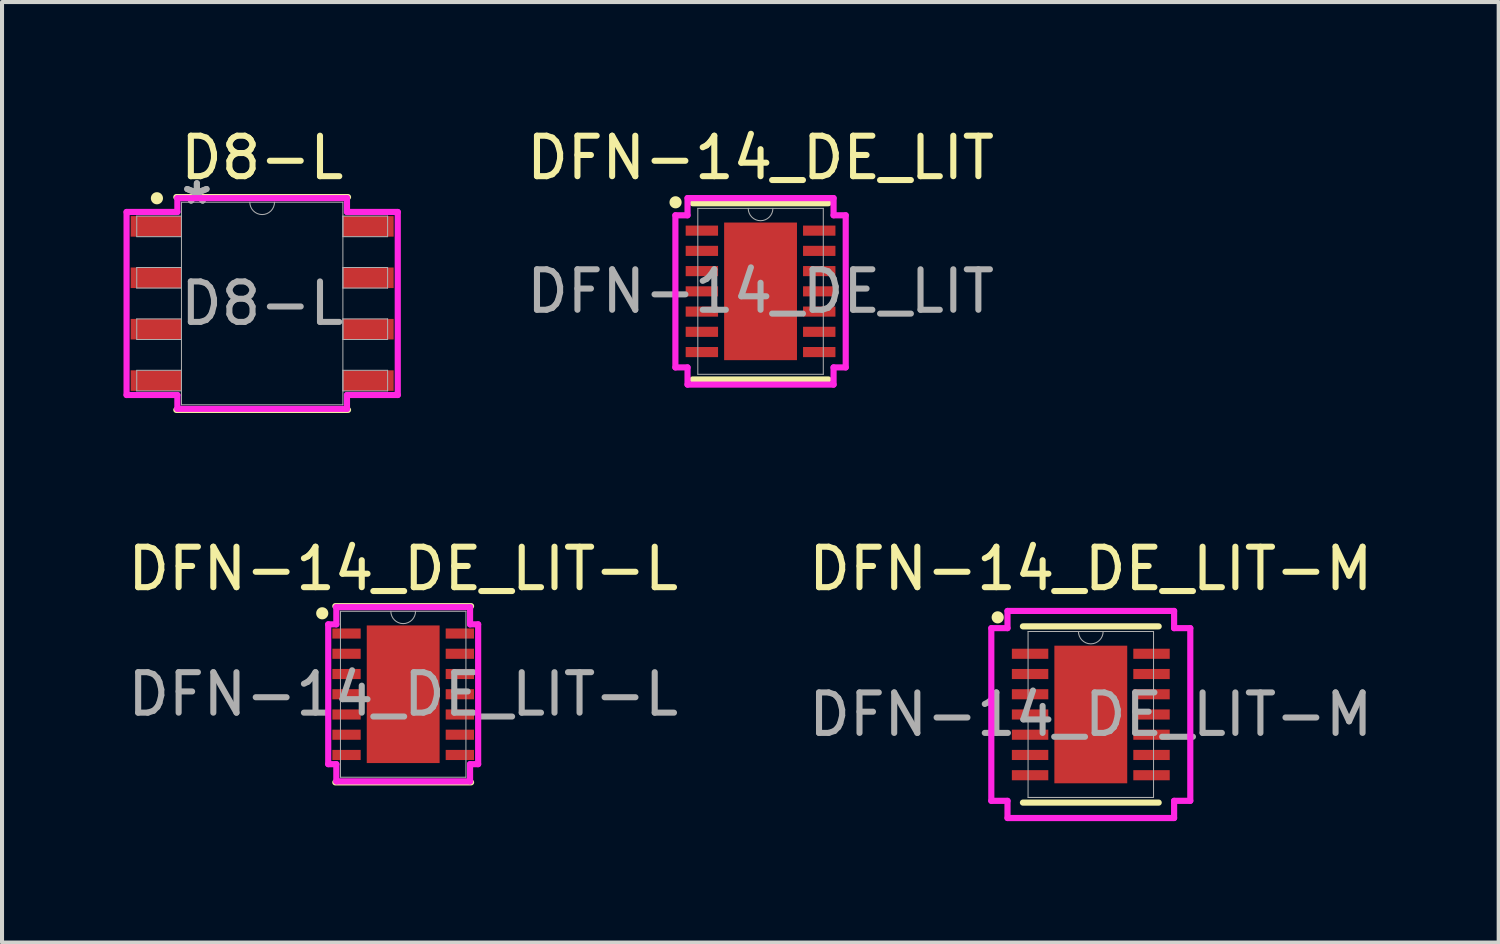
<source format=kicad_pcb>
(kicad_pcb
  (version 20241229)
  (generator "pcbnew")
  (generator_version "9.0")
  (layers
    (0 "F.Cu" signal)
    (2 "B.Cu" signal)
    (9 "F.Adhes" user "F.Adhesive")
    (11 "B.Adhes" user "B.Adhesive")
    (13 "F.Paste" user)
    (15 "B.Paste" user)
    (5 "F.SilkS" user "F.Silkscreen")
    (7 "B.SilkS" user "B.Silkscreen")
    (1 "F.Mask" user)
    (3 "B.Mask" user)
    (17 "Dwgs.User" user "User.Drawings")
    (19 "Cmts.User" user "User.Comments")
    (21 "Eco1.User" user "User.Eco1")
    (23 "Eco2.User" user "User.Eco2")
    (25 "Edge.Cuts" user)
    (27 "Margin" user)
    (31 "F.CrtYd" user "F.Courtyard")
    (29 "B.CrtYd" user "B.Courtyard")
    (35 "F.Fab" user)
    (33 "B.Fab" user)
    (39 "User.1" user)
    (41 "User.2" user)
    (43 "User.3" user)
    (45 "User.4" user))
  (footprint "D8-L"
    (layer "F.Cu")
    (at 3.427 4.448)
    (property "Reference" "D8-L" (at 0 -3.6 0) (unlocked yes) (layer "F.SilkS") (effects (font (size 1 1) (thickness 0.15))))
    (attr smd)
    (fp_line (start -2.121 2.629) (end 2.121 2.629) (stroke (width 0.152) (type solid)) (layer "F.SilkS"))
    (fp_line (start 2.121 -2.629) (end -2.121 -2.629) (stroke (width 0.152) (type solid)) (layer "F.SilkS"))
    (fp_circle (center -2.6 -2.6) (end -2.5 -2.6) (stroke (width 0.1) (type solid)) (fill yes) (layer "F.SilkS"))
    (fp_line (start -3.35 -2.261) (end -2.095 -2.261) (stroke (width 0.152) (type solid)) (layer "F.CrtYd"))
    (fp_line (start -3.35 2.261) (end -3.35 -2.261) (stroke (width 0.152) (type solid)) (layer "F.CrtYd"))
    (fp_line (start -3.35 2.261) (end -2.095 2.261) (stroke (width 0.152) (type solid)) (layer "F.CrtYd"))
    (fp_line (start -2.095 -2.603) (end 2.095 -2.603) (stroke (width 0.152) (type solid)) (layer "F.CrtYd"))
    (fp_line (start -2.095 -2.261) (end -2.095 -2.603) (stroke (width 0.152) (type solid)) (layer "F.CrtYd"))
    (fp_line (start -2.095 2.603) (end -2.095 2.261) (stroke (width 0.152) (type solid)) (layer "F.CrtYd"))
    (fp_line (start 2.095 -2.603) (end 2.095 -2.261) (stroke (width 0.152) (type solid)) (layer "F.CrtYd"))
    (fp_line (start 2.095 2.261) (end 2.095 2.603) (stroke (width 0.152) (type solid)) (layer "F.CrtYd"))
    (fp_line (start 2.095 2.603) (end -2.095 2.603) (stroke (width 0.152) (type solid)) (layer "F.CrtYd"))
    (fp_line (start 3.35 -2.261) (end 2.095 -2.261) (stroke (width 0.152) (type solid)) (layer "F.CrtYd"))
    (fp_line (start 3.35 -2.261) (end 3.35 2.261) (stroke (width 0.152) (type solid)) (layer "F.CrtYd"))
    (fp_line (start 3.35 2.261) (end 2.095 2.261) (stroke (width 0.152) (type solid)) (layer "F.CrtYd"))
    (fp_line (start -3.099 -2.159) (end -3.099 -1.651) (stroke (width 0.025) (type solid)) (layer "F.Fab"))
    (fp_line (start -3.099 -1.651) (end -1.994 -1.651) (stroke (width 0.025) (type solid)) (layer "F.Fab"))
    (fp_line (start -3.099 -0.889) (end -3.099 -0.381) (stroke (width 0.025) (type solid)) (layer "F.Fab"))
    (fp_line (start -3.099 -0.381) (end -1.994 -0.381) (stroke (width 0.025) (type solid)) (layer "F.Fab"))
    (fp_line (start -3.099 0.381) (end -3.099 0.889) (stroke (width 0.025) (type solid)) (layer "F.Fab"))
    (fp_line (start -3.099 0.889) (end -1.994 0.889) (stroke (width 0.025) (type solid)) (layer "F.Fab"))
    (fp_line (start -3.099 1.651) (end -3.099 2.159) (stroke (width 0.025) (type solid)) (layer "F.Fab"))
    (fp_line (start -3.099 2.159) (end -1.994 2.159) (stroke (width 0.025) (type solid)) (layer "F.Fab"))
    (fp_line (start -1.994 -2.502) (end -1.994 2.502) (stroke (width 0.025) (type solid)) (layer "F.Fab"))
    (fp_line (start -1.994 -2.159) (end -3.099 -2.159) (stroke (width 0.025) (type solid)) (layer "F.Fab"))
    (fp_line (start -1.994 -1.651) (end -1.994 -2.159) (stroke (width 0.025) (type solid)) (layer "F.Fab"))
    (fp_line (start -1.994 -0.889) (end -3.099 -0.889) (stroke (width 0.025) (type solid)) (layer "F.Fab"))
    (fp_line (start -1.994 -0.381) (end -1.994 -0.889) (stroke (width 0.025) (type solid)) (layer "F.Fab"))
    (fp_line (start -1.994 0.381) (end -3.099 0.381) (stroke (width 0.025) (type solid)) (layer "F.Fab"))
    (fp_line (start -1.994 0.889) (end -1.994 0.381) (stroke (width 0.025) (type solid)) (layer "F.Fab"))
    (fp_line (start -1.994 1.651) (end -3.099 1.651) (stroke (width 0.025) (type solid)) (layer "F.Fab"))
    (fp_line (start -1.994 2.159) (end -1.994 1.651) (stroke (width 0.025) (type solid)) (layer "F.Fab"))
    (fp_line (start -1.994 2.502) (end 1.994 2.502) (stroke (width 0.025) (type solid)) (layer "F.Fab"))
    (fp_line (start 1.994 -2.502) (end -1.994 -2.502) (stroke (width 0.025) (type solid)) (layer "F.Fab"))
    (fp_line (start 1.994 -2.159) (end 1.994 -1.651) (stroke (width 0.025) (type solid)) (layer "F.Fab"))
    (fp_line (start 1.994 -1.651) (end 3.099 -1.651) (stroke (width 0.025) (type solid)) (layer "F.Fab"))
    (fp_line (start 1.994 -0.889) (end 1.994 -0.381) (stroke (width 0.025) (type solid)) (layer "F.Fab"))
    (fp_line (start 1.994 -0.381) (end 3.099 -0.381) (stroke (width 0.025) (type solid)) (layer "F.Fab"))
    (fp_line (start 1.994 0.381) (end 1.994 0.889) (stroke (width 0.025) (type solid)) (layer "F.Fab"))
    (fp_line (start 1.994 0.889) (end 3.099 0.889) (stroke (width 0.025) (type solid)) (layer "F.Fab"))
    (fp_line (start 1.994 1.651) (end 1.994 2.159) (stroke (width 0.025) (type solid)) (layer "F.Fab"))
    (fp_line (start 1.994 2.159) (end 3.099 2.159) (stroke (width 0.025) (type solid)) (layer "F.Fab"))
    (fp_line (start 1.994 2.502) (end 1.994 -2.502) (stroke (width 0.025) (type solid)) (layer "F.Fab"))
    (fp_line (start 3.099 -2.159) (end 1.994 -2.159) (stroke (width 0.025) (type solid)) (layer "F.Fab"))
    (fp_line (start 3.099 -1.651) (end 3.099 -2.159) (stroke (width 0.025) (type solid)) (layer "F.Fab"))
    (fp_line (start 3.099 -0.889) (end 1.994 -0.889) (stroke (width 0.025) (type solid)) (layer "F.Fab"))
    (fp_line (start 3.099 -0.381) (end 3.099 -0.889) (stroke (width 0.025) (type solid)) (layer "F.Fab"))
    (fp_line (start 3.099 0.381) (end 1.994 0.381) (stroke (width 0.025) (type solid)) (layer "F.Fab"))
    (fp_line (start 3.099 0.889) (end 3.099 0.381) (stroke (width 0.025) (type solid)) (layer "F.Fab"))
    (fp_line (start 3.099 1.651) (end 1.994 1.651) (stroke (width 0.025) (type solid)) (layer "F.Fab"))
    (fp_line (start 3.099 2.159) (end 3.099 1.651) (stroke (width 0.025) (type solid)) (layer "F.Fab"))
    (fp_arc (start 0.3048 -2.5019) (mid 0 -2.1971) (end -0.3048 -2.5019) (stroke (width 0.0254) (type solid)) (layer "F.Fab"))
    (fp_text user "*" (at -1.613 -2.426 0) (layer "F.Fab") (effects (font (size 1 1) (thickness 0.15))))
    (fp_text user "*" (at -1.613 -2.426 0) (unlocked yes) (layer "F.Fab") (effects (font (size 1 1) (thickness 0.15))))
    (fp_text user "${REFERENCE}" (at 0 0 0) (unlocked yes) (layer "F.Fab") (effects (font (size 1 1) (thickness 0.15))))
    (pad "1" smd rect (at -2.621 -1.905) (size 1.255 0.508) (layers "F.Cu" "F.Mask" "F.Paste"))
    (pad "2" smd rect (at -2.621 -0.635) (size 1.255 0.508) (layers "F.Cu" "F.Mask" "F.Paste"))
    (pad "3" smd rect (at -2.621 0.635) (size 1.255 0.508) (layers "F.Cu" "F.Mask" "F.Paste"))
    (pad "4" smd rect (at -2.621 1.905) (size 1.255 0.508) (layers "F.Cu" "F.Mask" "F.Paste"))
    (pad "5" smd rect (at 2.621 1.905) (size 1.255 0.508) (layers "F.Cu" "F.Mask" "F.Paste"))
    (pad "6" smd rect (at 2.621 0.635) (size 1.255 0.508) (layers "F.Cu" "F.Mask" "F.Paste"))
    (pad "7" smd rect (at 2.621 -0.635) (size 1.255 0.508) (layers "F.Cu" "F.Mask" "F.Paste"))
    (pad "8" smd rect (at 2.621 -1.905) (size 1.255 0.508) (layers "F.Cu" "F.Mask" "F.Paste")))
  (footprint "DFN-14_DE_LIT-M"
    (layer "F.Cu")
    (at 23.899 14.602)
    (property "Reference" "DFN-14_DE_LIT-M" (at 0 -3.6 0) (unlocked yes) (layer "F.SilkS") (effects (font (size 1 1) (thickness 0.15))))
    (attr smd)
    (fp_line (start -1.677 2.177) (end 1.677 2.177) (stroke (width 0.152) (type solid)) (layer "F.SilkS"))
    (fp_line (start 1.677 -2.177) (end -1.677 -2.177) (stroke (width 0.152) (type solid)) (layer "F.SilkS"))
    (fp_circle (center -2.3 -2.4) (end -2.2 -2.4) (stroke (width 0.1) (type solid)) (fill yes) (layer "F.SilkS"))
    (fp_poly (pts (xy -0.8 -1.6) (xy -0.8 -0.1) (xy 0.8 -0.1) (xy 0.8 -1.6)) (stroke (width 0) (type solid)) (fill yes) (layer "F.Paste"))
    (fp_poly (pts (xy -0.8 0.1) (xy -0.8 1.6) (xy 0.8 1.6) (xy 0.8 0.1)) (stroke (width 0) (type solid)) (fill yes) (layer "F.Paste"))
    (fp_line (start -2.458 -2.133) (end -2.058 -2.133) (stroke (width 0.152) (type solid)) (layer "F.CrtYd"))
    (fp_line (start -2.458 2.133) (end -2.458 -2.133) (stroke (width 0.152) (type solid)) (layer "F.CrtYd"))
    (fp_line (start -2.458 2.133) (end -2.058 2.133) (stroke (width 0.152) (type solid)) (layer "F.CrtYd"))
    (fp_line (start -2.058 -2.558) (end 2.058 -2.558) (stroke (width 0.152) (type solid)) (layer "F.CrtYd"))
    (fp_line (start -2.058 -2.133) (end -2.058 -2.558) (stroke (width 0.152) (type solid)) (layer "F.CrtYd"))
    (fp_line (start -2.058 2.558) (end -2.058 2.133) (stroke (width 0.152) (type solid)) (layer "F.CrtYd"))
    (fp_line (start 2.058 -2.558) (end 2.058 -2.133) (stroke (width 0.152) (type solid)) (layer "F.CrtYd"))
    (fp_line (start 2.058 2.133) (end 2.058 2.558) (stroke (width 0.152) (type solid)) (layer "F.CrtYd"))
    (fp_line (start 2.058 2.558) (end -2.058 2.558) (stroke (width 0.152) (type solid)) (layer "F.CrtYd"))
    (fp_line (start 2.458 -2.133) (end 2.058 -2.133) (stroke (width 0.152) (type solid)) (layer "F.CrtYd"))
    (fp_line (start 2.458 -2.133) (end 2.458 2.133) (stroke (width 0.152) (type solid)) (layer "F.CrtYd"))
    (fp_line (start 2.458 2.133) (end 2.058 2.133) (stroke (width 0.152) (type solid)) (layer "F.CrtYd"))
    (fp_line (start -1.55 -2.05) (end -1.55 2.05) (stroke (width 0.025) (type solid)) (layer "F.Fab"))
    (fp_line (start -1.55 2.05) (end 1.55 2.05) (stroke (width 0.025) (type solid)) (layer "F.Fab"))
    (fp_line (start 1.55 -2.05) (end -1.55 -2.05) (stroke (width 0.025) (type solid)) (layer "F.Fab"))
    (fp_line (start 1.55 2.05) (end 1.55 -2.05) (stroke (width 0.025) (type solid)) (layer "F.Fab"))
    (fp_arc (start 0.3048 -2.05) (mid 0 -1.7452) (end -0.3048 -2.05) (stroke (width 0.0254) (type solid)) (layer "F.Fab"))
    (fp_text user "${REFERENCE}" (at 0 0 0) (unlocked yes) (layer "F.Fab") (effects (font (size 1 1) (thickness 0.15))))
    (pad "1" smd rect (at -1.5 -1.5) (size 0.9 0.25) (layers "F.Cu" "F.Mask" "F.Paste"))
    (pad "2" smd rect (at -1.5 -1) (size 0.9 0.25) (layers "F.Cu" "F.Mask" "F.Paste"))
    (pad "3" smd rect (at -1.5 -0.5) (size 0.9 0.25) (layers "F.Cu" "F.Mask" "F.Paste"))
    (pad "4" smd rect (at -1.5 0) (size 0.9 0.25) (layers "F.Cu" "F.Mask" "F.Paste"))
    (pad "5" smd rect (at -1.5 0.5) (size 0.9 0.25) (layers "F.Cu" "F.Mask" "F.Paste"))
    (pad "6" smd rect (at -1.5 1) (size 0.9 0.25) (layers "F.Cu" "F.Mask" "F.Paste"))
    (pad "7" smd rect (at -1.5 1.5) (size 0.9 0.25) (layers "F.Cu" "F.Mask" "F.Paste"))
    (pad "8" smd rect (at 1.5 1.5) (size 0.9 0.25) (layers "F.Cu" "F.Mask" "F.Paste"))
    (pad "9" smd rect (at 1.5 1) (size 0.9 0.25) (layers "F.Cu" "F.Mask" "F.Paste"))
    (pad "10" smd rect (at 1.5 0.5) (size 0.9 0.25) (layers "F.Cu" "F.Mask" "F.Paste"))
    (pad "11" smd rect (at 1.5 0) (size 0.9 0.25) (layers "F.Cu" "F.Mask" "F.Paste"))
    (pad "12" smd rect (at 1.5 -0.5) (size 0.9 0.25) (layers "F.Cu" "F.Mask" "F.Paste"))
    (pad "13" smd rect (at 1.5 -1) (size 0.9 0.25) (layers "F.Cu" "F.Mask" "F.Paste"))
    (pad "14" smd rect (at 1.5 -1.5) (size 0.9 0.25) (layers "F.Cu" "F.Mask" "F.Paste"))
    (pad "15" smd rect (at 0 0) (size 1.8 3.4) (layers "F.Cu" "F.Mask" "F.Paste")))
  (footprint "DFN-14_DE_LIT-L"
    (layer "F.Cu")
    (at 6.911 14.102)
    (property "Reference" "DFN-14_DE_LIT-L" (at 0 -3.1 0) (unlocked yes) (layer "F.SilkS") (effects (font (size 1 1) (thickness 0.15))))
    (attr smd)
    (fp_line (start -1.677 2.177) (end 1.677 2.177) (stroke (width 0.152) (type solid)) (layer "F.SilkS"))
    (fp_line (start 1.677 -2.177) (end -1.677 -2.177) (stroke (width 0.152) (type solid)) (layer "F.SilkS"))
    (fp_circle (center -2 -2) (end -1.9 -2) (stroke (width 0.1) (type solid)) (fill yes) (layer "F.SilkS"))
    (fp_poly (pts (xy -0.8 -1.6) (xy -0.8 -0.1) (xy 0.8 -0.1) (xy 0.8 -1.6)) (stroke (width 0) (type solid)) (fill yes) (layer "F.Paste"))
    (fp_poly (pts (xy -0.8 0.1) (xy -0.8 1.6) (xy 0.8 1.6) (xy 0.8 0.1)) (stroke (width 0) (type solid)) (fill yes) (layer "F.Paste"))
    (fp_line (start -1.852 -1.727) (end -1.652 -1.727) (stroke (width 0.152) (type solid)) (layer "F.CrtYd"))
    (fp_line (start -1.852 1.727) (end -1.852 -1.727) (stroke (width 0.152) (type solid)) (layer "F.CrtYd"))
    (fp_line (start -1.852 1.727) (end -1.652 1.727) (stroke (width 0.152) (type solid)) (layer "F.CrtYd"))
    (fp_line (start -1.652 -2.152) (end 1.652 -2.152) (stroke (width 0.152) (type solid)) (layer "F.CrtYd"))
    (fp_line (start -1.652 -1.727) (end -1.652 -2.152) (stroke (width 0.152) (type solid)) (layer "F.CrtYd"))
    (fp_line (start -1.652 2.152) (end -1.652 1.727) (stroke (width 0.152) (type solid)) (layer "F.CrtYd"))
    (fp_line (start 1.652 -2.152) (end 1.652 -1.727) (stroke (width 0.152) (type solid)) (layer "F.CrtYd"))
    (fp_line (start 1.652 1.727) (end 1.652 2.152) (stroke (width 0.152) (type solid)) (layer "F.CrtYd"))
    (fp_line (start 1.652 2.152) (end -1.652 2.152) (stroke (width 0.152) (type solid)) (layer "F.CrtYd"))
    (fp_line (start 1.852 -1.727) (end 1.652 -1.727) (stroke (width 0.152) (type solid)) (layer "F.CrtYd"))
    (fp_line (start 1.852 -1.727) (end 1.852 1.727) (stroke (width 0.152) (type solid)) (layer "F.CrtYd"))
    (fp_line (start 1.852 1.727) (end 1.652 1.727) (stroke (width 0.152) (type solid)) (layer "F.CrtYd"))
    (fp_line (start -1.55 -2.05) (end -1.55 2.05) (stroke (width 0.025) (type solid)) (layer "F.Fab"))
    (fp_line (start -1.55 2.05) (end 1.55 2.05) (stroke (width 0.025) (type solid)) (layer "F.Fab"))
    (fp_line (start 1.55 -2.05) (end -1.55 -2.05) (stroke (width 0.025) (type solid)) (layer "F.Fab"))
    (fp_line (start 1.55 2.05) (end 1.55 -2.05) (stroke (width 0.025) (type solid)) (layer "F.Fab"))
    (fp_arc (start 0.3048 -2.05) (mid 0 -1.7452) (end -0.3048 -2.05) (stroke (width 0.0254) (type solid)) (layer "F.Fab"))
    (fp_text user "${REFERENCE}" (at 0 0 0) (unlocked yes) (layer "F.Fab") (effects (font (size 1 1) (thickness 0.15))))
    (pad "1" smd rect (at -1.4 -1.5) (size 0.7 0.25) (layers "F.Cu" "F.Mask" "F.Paste"))
    (pad "2" smd rect (at -1.4 -1) (size 0.7 0.25) (layers "F.Cu" "F.Mask" "F.Paste"))
    (pad "3" smd rect (at -1.4 -0.5) (size 0.7 0.25) (layers "F.Cu" "F.Mask" "F.Paste"))
    (pad "4" smd rect (at -1.4 0) (size 0.7 0.25) (layers "F.Cu" "F.Mask" "F.Paste"))
    (pad "5" smd rect (at -1.4 0.5) (size 0.7 0.25) (layers "F.Cu" "F.Mask" "F.Paste"))
    (pad "6" smd rect (at -1.4 1) (size 0.7 0.25) (layers "F.Cu" "F.Mask" "F.Paste"))
    (pad "7" smd rect (at -1.4 1.5) (size 0.7 0.25) (layers "F.Cu" "F.Mask" "F.Paste"))
    (pad "8" smd rect (at 1.4 1.5) (size 0.7 0.25) (layers "F.Cu" "F.Mask" "F.Paste"))
    (pad "9" smd rect (at 1.4 1) (size 0.7 0.25) (layers "F.Cu" "F.Mask" "F.Paste"))
    (pad "10" smd rect (at 1.4 0.5) (size 0.7 0.25) (layers "F.Cu" "F.Mask" "F.Paste"))
    (pad "11" smd rect (at 1.4 0) (size 0.7 0.25) (layers "F.Cu" "F.Mask" "F.Paste"))
    (pad "12" smd rect (at 1.4 -0.5) (size 0.7 0.25) (layers "F.Cu" "F.Mask" "F.Paste"))
    (pad "13" smd rect (at 1.4 -1) (size 0.7 0.25) (layers "F.Cu" "F.Mask" "F.Paste"))
    (pad "14" smd rect (at 1.4 -1.5) (size 0.7 0.25) (layers "F.Cu" "F.Mask" "F.Paste"))
    (pad "15" smd rect (at 0 0) (size 1.8 3.4) (layers "F.Cu" "F.Mask" "F.Paste")))
  (footprint "DFN-14_DE_LIT"
    (layer "F.Cu")
    (at 15.74 4.148)
    (property "Reference" "DFN-14_DE_LIT" (at 0 -3.3 0) (unlocked yes) (layer "F.SilkS") (effects (font (size 1 1) (thickness 0.15))))
    (attr smd)
    (fp_line (start -1.677 2.177) (end 1.677 2.177) (stroke (width 0.152) (type solid)) (layer "F.SilkS"))
    (fp_line (start 1.677 -2.177) (end -1.677 -2.177) (stroke (width 0.152) (type solid)) (layer "F.SilkS"))
    (fp_circle (center -2.1 -2.2) (end -2 -2.2) (stroke (width 0.1) (type solid)) (fill yes) (layer "F.SilkS"))
    (fp_poly (pts (xy -0.8 -1.6) (xy -0.8 -0.1) (xy 0.8 -0.1) (xy 0.8 -1.6)) (stroke (width 0) (type solid)) (fill yes) (layer "F.Paste"))
    (fp_poly (pts (xy -0.8 0.1) (xy -0.8 1.6) (xy 0.8 1.6) (xy 0.8 0.1)) (stroke (width 0) (type solid)) (fill yes) (layer "F.Paste"))
    (fp_line (start -2.104 -1.879) (end -1.804 -1.879) (stroke (width 0.152) (type solid)) (layer "F.CrtYd"))
    (fp_line (start -2.104 1.879) (end -2.104 -1.879) (stroke (width 0.152) (type solid)) (layer "F.CrtYd"))
    (fp_line (start -2.104 1.879) (end -1.804 1.879) (stroke (width 0.152) (type solid)) (layer "F.CrtYd"))
    (fp_line (start -1.804 -2.304) (end 1.804 -2.304) (stroke (width 0.152) (type solid)) (layer "F.CrtYd"))
    (fp_line (start -1.804 -1.879) (end -1.804 -2.304) (stroke (width 0.152) (type solid)) (layer "F.CrtYd"))
    (fp_line (start -1.804 2.304) (end -1.804 1.879) (stroke (width 0.152) (type solid)) (layer "F.CrtYd"))
    (fp_line (start 1.804 -2.304) (end 1.804 -1.879) (stroke (width 0.152) (type solid)) (layer "F.CrtYd"))
    (fp_line (start 1.804 1.879) (end 1.804 2.304) (stroke (width 0.152) (type solid)) (layer "F.CrtYd"))
    (fp_line (start 1.804 2.304) (end -1.804 2.304) (stroke (width 0.152) (type solid)) (layer "F.CrtYd"))
    (fp_line (start 2.104 -1.879) (end 1.804 -1.879) (stroke (width 0.152) (type solid)) (layer "F.CrtYd"))
    (fp_line (start 2.104 -1.879) (end 2.104 1.879) (stroke (width 0.152) (type solid)) (layer "F.CrtYd"))
    (fp_line (start 2.104 1.879) (end 1.804 1.879) (stroke (width 0.152) (type solid)) (layer "F.CrtYd"))
    (fp_line (start -1.55 -2.05) (end -1.55 2.05) (stroke (width 0.025) (type solid)) (layer "F.Fab"))
    (fp_line (start -1.55 2.05) (end 1.55 2.05) (stroke (width 0.025) (type solid)) (layer "F.Fab"))
    (fp_line (start 1.55 -2.05) (end -1.55 -2.05) (stroke (width 0.025) (type solid)) (layer "F.Fab"))
    (fp_line (start 1.55 2.05) (end 1.55 -2.05) (stroke (width 0.025) (type solid)) (layer "F.Fab"))
    (fp_arc (start 0.3048 -2.05) (mid 0 -1.7452) (end -0.3048 -2.05) (stroke (width 0.0254) (type solid)) (layer "F.Fab"))
    (fp_text user "${REFERENCE}" (at 0 0 0) (unlocked yes) (layer "F.Fab") (effects (font (size 1 1) (thickness 0.15))))
    (pad "1" smd rect (at -1.45 -1.5) (size 0.8 0.25) (layers "F.Cu" "F.Mask" "F.Paste"))
    (pad "2" smd rect (at -1.45 -1) (size 0.8 0.25) (layers "F.Cu" "F.Mask" "F.Paste"))
    (pad "3" smd rect (at -1.45 -0.5) (size 0.8 0.25) (layers "F.Cu" "F.Mask" "F.Paste"))
    (pad "4" smd rect (at -1.45 0) (size 0.8 0.25) (layers "F.Cu" "F.Mask" "F.Paste"))
    (pad "5" smd rect (at -1.45 0.5) (size 0.8 0.25) (layers "F.Cu" "F.Mask" "F.Paste"))
    (pad "6" smd rect (at -1.45 1) (size 0.8 0.25) (layers "F.Cu" "F.Mask" "F.Paste"))
    (pad "7" smd rect (at -1.45 1.5) (size 0.8 0.25) (layers "F.Cu" "F.Mask" "F.Paste"))
    (pad "8" smd rect (at 1.45 1.5) (size 0.8 0.25) (layers "F.Cu" "F.Mask" "F.Paste"))
    (pad "9" smd rect (at 1.45 1) (size 0.8 0.25) (layers "F.Cu" "F.Mask" "F.Paste"))
    (pad "10" smd rect (at 1.45 0.5) (size 0.8 0.25) (layers "F.Cu" "F.Mask" "F.Paste"))
    (pad "11" smd rect (at 1.45 0) (size 0.8 0.25) (layers "F.Cu" "F.Mask" "F.Paste"))
    (pad "12" smd rect (at 1.45 -0.5) (size 0.8 0.25) (layers "F.Cu" "F.Mask" "F.Paste"))
    (pad "13" smd rect (at 1.45 -1) (size 0.8 0.25) (layers "F.Cu" "F.Mask" "F.Paste"))
    (pad "14" smd rect (at 1.45 -1.5) (size 0.8 0.25) (layers "F.Cu" "F.Mask" "F.Paste"))
    (pad "15" smd rect (at 0 0) (size 1.8 3.4) (layers "F.Cu" "F.Mask" "F.Paste")))
  (gr_rect
    (start -3 -3)
    (end 33.976 20.236)
    (stroke (width 0.1) (type default))
    (fill no)
    (layer "Edge.Cuts")))
</source>
